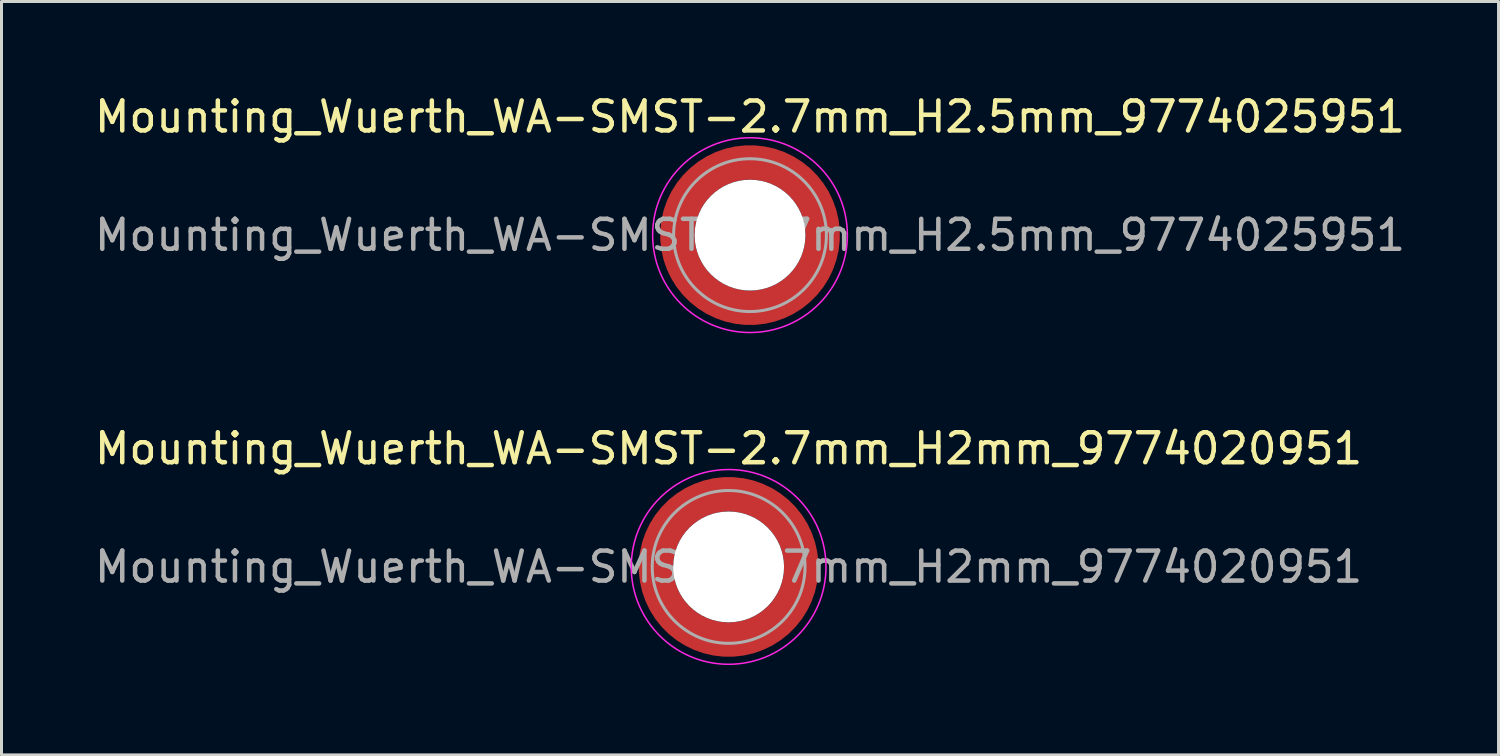
<source format=kicad_pcb>
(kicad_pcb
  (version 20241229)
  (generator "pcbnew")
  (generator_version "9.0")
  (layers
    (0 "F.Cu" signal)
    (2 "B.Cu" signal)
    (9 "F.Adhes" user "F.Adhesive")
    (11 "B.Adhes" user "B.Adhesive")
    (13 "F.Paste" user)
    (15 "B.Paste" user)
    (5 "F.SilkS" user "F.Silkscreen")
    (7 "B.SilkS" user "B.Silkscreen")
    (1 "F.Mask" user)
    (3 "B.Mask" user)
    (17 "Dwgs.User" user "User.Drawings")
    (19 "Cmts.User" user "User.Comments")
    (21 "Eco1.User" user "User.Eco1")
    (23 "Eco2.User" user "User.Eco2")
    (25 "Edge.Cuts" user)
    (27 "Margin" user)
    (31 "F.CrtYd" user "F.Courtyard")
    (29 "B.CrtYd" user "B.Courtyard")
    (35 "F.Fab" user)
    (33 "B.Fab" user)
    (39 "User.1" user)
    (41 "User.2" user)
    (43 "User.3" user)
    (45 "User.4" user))
  (footprint "Mounting_Wuerth_WA-SMST-2.7mm_H2mm_9774020951"
    (layer "F.Cu")
    (at 21.268 15.871)
    (property "Reference" "Mounting_Wuerth_WA-SMST-2.7mm_H2mm_9774020951" (at 0 -3.95 0) (layer "F.SilkS") (effects (font (size 1 1) (thickness 0.15))))
    (attr smd)
    (fp_circle (center 0 0) (end 3.25 0) (stroke (width 0.05) (type solid)) (fill no) (layer "F.CrtYd"))
    (fp_circle (center 0 0) (end 2.55 0) (stroke (width 0.1) (type solid)) (fill no) (layer "F.Fab"))
    (fp_text user "${REFERENCE}" (at 0 0 0) (layer "F.Fab") (effects (font (size 1 1) (thickness 0.15))))
    (pad "" smd custom (at -1.704 -1.704) (size 0.62 0.62) (layers "F.Paste") (options (anchor circle)) (primitives (gr_arc (start -0.250195 1.279127) (mid 0.289146 0.290681) (end 1.277006 -0.249732) (width 0.2)) (gr_arc (start -0.34334 1.279127) (mid 0.224883 0.226093) (end 1.277452 -0.342992) (width 0.2)) (gr_arc (start -0.436309 1.279127) (mid 0.160537 0.16159) (end 1.277666 -0.436018) (width 0.2)) (gr_arc (start -0.529126 1.279127) (mid 0.095932 0.097343) (end 1.277167 -0.528752) (width 0.2)) (gr_arc (start -0.621807 1.279127) (mid 0.0309 0.033527) (end 1.275473 -0.621136) (width 0.2)) (gr_arc (start -0.71437 1.279127) (mid -0.03322 -0.031206) (end 1.276322 -0.713875) (width 0.2)) (gr_arc (start -0.806826 1.279127) (mid -0.097997 -0.095278) (end 1.275336 -0.806181) (width 0.2)) (gr_arc (start -0.899187 1.279127) (mid -0.161977 -0.160149) (end 1.276577 -0.898769) (width 0.2)) (gr_arc (start -0.991463 1.279127) (mid -0.226842 -0.224133) (end 1.275343 -0.990864) (width 0.2)) (gr_arc (start -1.083663 1.279127) (mid -0.291026 -0.288801) (end 1.276016 -1.083187) (width 0.2)) (gr_line (start 1.279 -0.25) (end 1.279 -1.084) (width 0.2)) (gr_line (start -0.25 1.279) (end -1.084 1.279) (width 0.2))))
    (pad "" smd custom (at -1.704 1.704) (size 0.62 0.62) (layers "F.Paste") (options (anchor circle)) (primitives (gr_arc (start 1.279127 0.250195) (mid 0.290681 -0.289146) (end -0.249732 -1.277006) (width 0.2)) (gr_arc (start 1.279127 0.34334) (mid 0.226093 -0.224883) (end -0.342992 -1.277452) (width 0.2)) (gr_arc (start 1.279127 0.436309) (mid 0.16159 -0.160537) (end -0.436018 -1.277666) (width 0.2)) (gr_arc (start 1.279127 0.529126) (mid 0.097343 -0.095932) (end -0.528752 -1.277167) (width 0.2)) (gr_arc (start 1.279127 0.621807) (mid 0.033527 -0.0309) (end -0.621136 -1.275473) (width 0.2)) (gr_arc (start 1.279127 0.71437) (mid -0.031206 0.03322) (end -0.713875 -1.276322) (width 0.2)) (gr_arc (start 1.279127 0.806826) (mid -0.095278 0.097997) (end -0.806181 -1.275336) (width 0.2)) (gr_arc (start 1.279127 0.899187) (mid -0.160149 0.161977) (end -0.898769 -1.276577) (width 0.2)) (gr_arc (start 1.279127 0.991463) (mid -0.224133 0.226842) (end -0.990864 -1.275343) (width 0.2)) (gr_arc (start 1.279127 1.083663) (mid -0.288801 0.291026) (end -1.083187 -1.276016) (width 0.2)) (gr_line (start -0.25 -1.279) (end -1.084 -1.279) (width 0.2)) (gr_line (start 1.279 0.25) (end 1.279 1.084) (width 0.2))))
    (pad "" np_thru_hole circle (at 0 0) (size 3.7 3.7) (drill 3.7) (layers "*.Cu" "*.Mask"))
    (pad "" smd custom (at 1.704 -1.704) (size 0.62 0.62) (layers "F.Paste") (options (anchor circle)) (primitives (gr_arc (start -1.279127 -0.250195) (mid -0.290681 0.289146) (end 0.249732 1.277006) (width 0.2)) (gr_arc (start -1.279127 -0.34334) (mid -0.226093 0.224883) (end 0.342992 1.277452) (width 0.2)) (gr_arc (start -1.279127 -0.436309) (mid -0.16159 0.160537) (end 0.436018 1.277666) (width 0.2)) (gr_arc (start -1.279127 -0.529126) (mid -0.097343 0.095932) (end 0.528752 1.277167) (width 0.2)) (gr_arc (start -1.279127 -0.621807) (mid -0.033527 0.0309) (end 0.621136 1.275473) (width 0.2)) (gr_arc (start -1.279127 -0.71437) (mid 0.031206 -0.03322) (end 0.713875 1.276322) (width 0.2)) (gr_arc (start -1.279127 -0.806826) (mid 0.095278 -0.097997) (end 0.806181 1.275336) (width 0.2)) (gr_arc (start -1.279127 -0.899187) (mid 0.160149 -0.161977) (end 0.898769 1.276577) (width 0.2)) (gr_arc (start -1.279127 -0.991463) (mid 0.224133 -0.226842) (end 0.990864 1.275343) (width 0.2)) (gr_arc (start -1.279127 -1.083663) (mid 0.288801 -0.291026) (end 1.083187 1.276016) (width 0.2)) (gr_line (start 0.25 1.279) (end 1.084 1.279) (width 0.2)) (gr_line (start -1.279 -0.25) (end -1.279 -1.084) (width 0.2))))
    (pad "" smd custom (at 1.704 1.704) (size 0.62 0.62) (layers "F.Paste") (options (anchor circle)) (primitives (gr_arc (start 0.250195 -1.279127) (mid -0.289146 -0.290681) (end -1.277006 0.249732) (width 0.2)) (gr_arc (start 0.34334 -1.279127) (mid -0.224883 -0.226093) (end -1.277452 0.342992) (width 0.2)) (gr_arc (start 0.436309 -1.279127) (mid -0.160537 -0.16159) (end -1.277666 0.436018) (width 0.2)) (gr_arc (start 0.529126 -1.279127) (mid -0.095932 -0.097343) (end -1.277167 0.528752) (width 0.2)) (gr_arc (start 0.621807 -1.279127) (mid -0.0309 -0.033527) (end -1.275473 0.621136) (width 0.2)) (gr_arc (start 0.71437 -1.279127) (mid 0.03322 0.031206) (end -1.276322 0.713875) (width 0.2)) (gr_arc (start 0.806826 -1.279127) (mid 0.097997 0.095278) (end -1.275336 0.806181) (width 0.2)) (gr_arc (start 0.899187 -1.279127) (mid 0.161977 0.160149) (end -1.276577 0.898769) (width 0.2)) (gr_arc (start 0.991463 -1.279127) (mid 0.226842 0.224133) (end -1.275343 0.990864) (width 0.2)) (gr_arc (start 1.083663 -1.279127) (mid 0.291026 0.288801) (end -1.276016 1.083187) (width 0.2)) (gr_line (start -1.279 0.25) (end -1.279 1.084) (width 0.2)) (gr_line (start 0.25 -1.279) (end 1.084 -1.279) (width 0.2))))
    (pad "1" smd circle (at -2.425 0) (size 0.75 0.75) (layers "F.Cu"))
    (pad "1" smd circle (at 0 -2.425) (size 0.75 0.75) (layers "F.Cu"))
    (pad "1" smd circle (at 0 2.425) (size 0.75 0.75) (layers "F.Cu"))
    (pad "1" smd custom (at 2.425 0) (size 0.75 0.75) (layers "F.Cu" "F.Mask") (options (anchor circle)) (primitives (gr_circle (center -2.425 0) (end 0 0) (width 1.15) (fill no)))))
  (footprint "Mounting_Wuerth_WA-SMST-2.7mm_H2.5mm_9774025951"
    (layer "F.Cu")
    (at 21.982 4.798)
    (property "Reference" "Mounting_Wuerth_WA-SMST-2.7mm_H2.5mm_9774025951" (at 0 -3.95 0) (layer "F.SilkS") (effects (font (size 1 1) (thickness 0.15))))
    (attr smd)
    (fp_circle (center 0 0) (end 3.25 0) (stroke (width 0.05) (type solid)) (fill no) (layer "F.CrtYd"))
    (fp_circle (center 0 0) (end 2.55 0) (stroke (width 0.1) (type solid)) (fill no) (layer "F.Fab"))
    (fp_text user "${REFERENCE}" (at 0 0 0) (layer "F.Fab") (effects (font (size 1 1) (thickness 0.15))))
    (pad "" smd custom (at -1.704 -1.704) (size 0.62 0.62) (layers "F.Paste") (options (anchor circle)) (primitives (gr_arc (start -0.250195 1.279127) (mid 0.289146 0.290681) (end 1.277006 -0.249732) (width 0.2)) (gr_arc (start -0.34334 1.279127) (mid 0.224883 0.226093) (end 1.277452 -0.342992) (width 0.2)) (gr_arc (start -0.436309 1.279127) (mid 0.160537 0.16159) (end 1.277666 -0.436018) (width 0.2)) (gr_arc (start -0.529126 1.279127) (mid 0.095932 0.097343) (end 1.277167 -0.528752) (width 0.2)) (gr_arc (start -0.621807 1.279127) (mid 0.0309 0.033527) (end 1.275473 -0.621136) (width 0.2)) (gr_arc (start -0.71437 1.279127) (mid -0.03322 -0.031206) (end 1.276322 -0.713875) (width 0.2)) (gr_arc (start -0.806826 1.279127) (mid -0.097997 -0.095278) (end 1.275336 -0.806181) (width 0.2)) (gr_arc (start -0.899187 1.279127) (mid -0.161977 -0.160149) (end 1.276577 -0.898769) (width 0.2)) (gr_arc (start -0.991463 1.279127) (mid -0.226842 -0.224133) (end 1.275343 -0.990864) (width 0.2)) (gr_arc (start -1.083663 1.279127) (mid -0.291026 -0.288801) (end 1.276016 -1.083187) (width 0.2)) (gr_line (start 1.279 -0.25) (end 1.279 -1.084) (width 0.2)) (gr_line (start -0.25 1.279) (end -1.084 1.279) (width 0.2))))
    (pad "" smd custom (at -1.704 1.704) (size 0.62 0.62) (layers "F.Paste") (options (anchor circle)) (primitives (gr_arc (start 1.279127 0.250195) (mid 0.290681 -0.289146) (end -0.249732 -1.277006) (width 0.2)) (gr_arc (start 1.279127 0.34334) (mid 0.226093 -0.224883) (end -0.342992 -1.277452) (width 0.2)) (gr_arc (start 1.279127 0.436309) (mid 0.16159 -0.160537) (end -0.436018 -1.277666) (width 0.2)) (gr_arc (start 1.279127 0.529126) (mid 0.097343 -0.095932) (end -0.528752 -1.277167) (width 0.2)) (gr_arc (start 1.279127 0.621807) (mid 0.033527 -0.0309) (end -0.621136 -1.275473) (width 0.2)) (gr_arc (start 1.279127 0.71437) (mid -0.031206 0.03322) (end -0.713875 -1.276322) (width 0.2)) (gr_arc (start 1.279127 0.806826) (mid -0.095278 0.097997) (end -0.806181 -1.275336) (width 0.2)) (gr_arc (start 1.279127 0.899187) (mid -0.160149 0.161977) (end -0.898769 -1.276577) (width 0.2)) (gr_arc (start 1.279127 0.991463) (mid -0.224133 0.226842) (end -0.990864 -1.275343) (width 0.2)) (gr_arc (start 1.279127 1.083663) (mid -0.288801 0.291026) (end -1.083187 -1.276016) (width 0.2)) (gr_line (start -0.25 -1.279) (end -1.084 -1.279) (width 0.2)) (gr_line (start 1.279 0.25) (end 1.279 1.084) (width 0.2))))
    (pad "" np_thru_hole circle (at 0 0) (size 3.7 3.7) (drill 3.7) (layers "*.Cu" "*.Mask"))
    (pad "" smd custom (at 1.704 -1.704) (size 0.62 0.62) (layers "F.Paste") (options (anchor circle)) (primitives (gr_arc (start -1.279127 -0.250195) (mid -0.290681 0.289146) (end 0.249732 1.277006) (width 0.2)) (gr_arc (start -1.279127 -0.34334) (mid -0.226093 0.224883) (end 0.342992 1.277452) (width 0.2)) (gr_arc (start -1.279127 -0.436309) (mid -0.16159 0.160537) (end 0.436018 1.277666) (width 0.2)) (gr_arc (start -1.279127 -0.529126) (mid -0.097343 0.095932) (end 0.528752 1.277167) (width 0.2)) (gr_arc (start -1.279127 -0.621807) (mid -0.033527 0.0309) (end 0.621136 1.275473) (width 0.2)) (gr_arc (start -1.279127 -0.71437) (mid 0.031206 -0.03322) (end 0.713875 1.276322) (width 0.2)) (gr_arc (start -1.279127 -0.806826) (mid 0.095278 -0.097997) (end 0.806181 1.275336) (width 0.2)) (gr_arc (start -1.279127 -0.899187) (mid 0.160149 -0.161977) (end 0.898769 1.276577) (width 0.2)) (gr_arc (start -1.279127 -0.991463) (mid 0.224133 -0.226842) (end 0.990864 1.275343) (width 0.2)) (gr_arc (start -1.279127 -1.083663) (mid 0.288801 -0.291026) (end 1.083187 1.276016) (width 0.2)) (gr_line (start 0.25 1.279) (end 1.084 1.279) (width 0.2)) (gr_line (start -1.279 -0.25) (end -1.279 -1.084) (width 0.2))))
    (pad "" smd custom (at 1.704 1.704) (size 0.62 0.62) (layers "F.Paste") (options (anchor circle)) (primitives (gr_arc (start 0.250195 -1.279127) (mid -0.289146 -0.290681) (end -1.277006 0.249732) (width 0.2)) (gr_arc (start 0.34334 -1.279127) (mid -0.224883 -0.226093) (end -1.277452 0.342992) (width 0.2)) (gr_arc (start 0.436309 -1.279127) (mid -0.160537 -0.16159) (end -1.277666 0.436018) (width 0.2)) (gr_arc (start 0.529126 -1.279127) (mid -0.095932 -0.097343) (end -1.277167 0.528752) (width 0.2)) (gr_arc (start 0.621807 -1.279127) (mid -0.0309 -0.033527) (end -1.275473 0.621136) (width 0.2)) (gr_arc (start 0.71437 -1.279127) (mid 0.03322 0.031206) (end -1.276322 0.713875) (width 0.2)) (gr_arc (start 0.806826 -1.279127) (mid 0.097997 0.095278) (end -1.275336 0.806181) (width 0.2)) (gr_arc (start 0.899187 -1.279127) (mid 0.161977 0.160149) (end -1.276577 0.898769) (width 0.2)) (gr_arc (start 0.991463 -1.279127) (mid 0.226842 0.224133) (end -1.275343 0.990864) (width 0.2)) (gr_arc (start 1.083663 -1.279127) (mid 0.291026 0.288801) (end -1.276016 1.083187) (width 0.2)) (gr_line (start -1.279 0.25) (end -1.279 1.084) (width 0.2)) (gr_line (start 0.25 -1.279) (end 1.084 -1.279) (width 0.2))))
    (pad "1" smd circle (at -2.425 0) (size 0.75 0.75) (layers "F.Cu"))
    (pad "1" smd circle (at 0 -2.425) (size 0.75 0.75) (layers "F.Cu"))
    (pad "1" smd circle (at 0 2.425) (size 0.75 0.75) (layers "F.Cu"))
    (pad "1" smd custom (at 2.425 0) (size 0.75 0.75) (layers "F.Cu" "F.Mask") (options (anchor circle)) (primitives (gr_circle (center -2.425 0) (end 0 0) (width 1.15) (fill no)))))
  (gr_rect
    (start -3 -3)
    (end 46.964 22.146)
    (stroke (width 0.1) (type default))
    (fill no)
    (layer "Edge.Cuts")))
</source>
